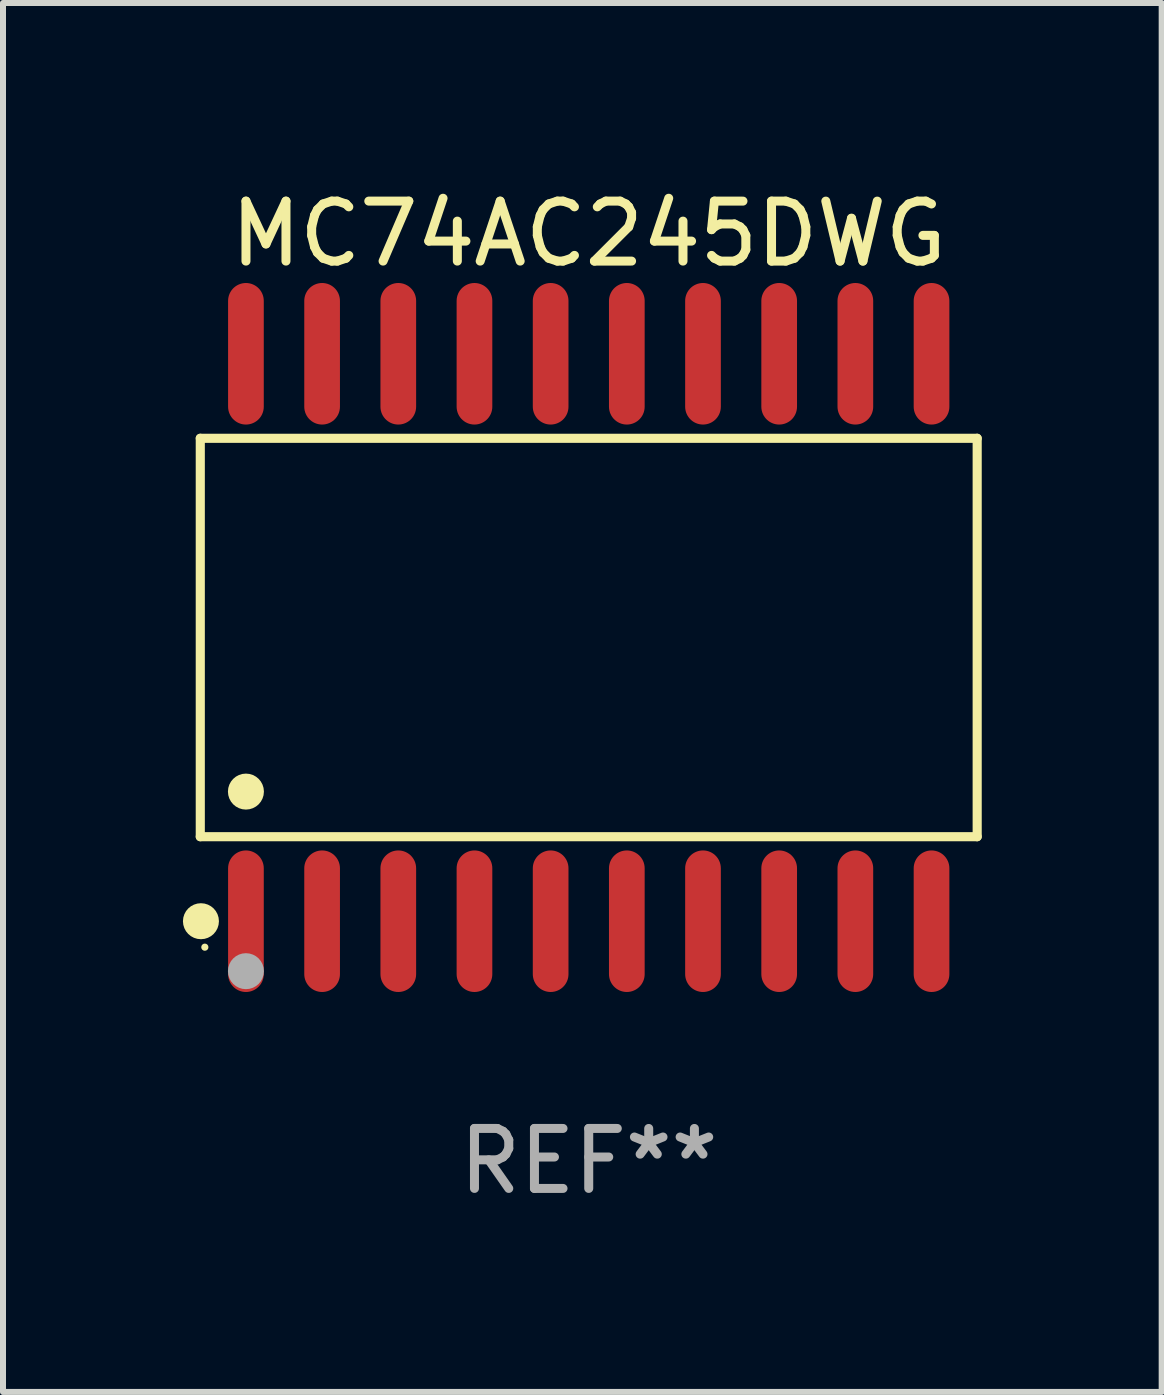
<source format=kicad_pcb>
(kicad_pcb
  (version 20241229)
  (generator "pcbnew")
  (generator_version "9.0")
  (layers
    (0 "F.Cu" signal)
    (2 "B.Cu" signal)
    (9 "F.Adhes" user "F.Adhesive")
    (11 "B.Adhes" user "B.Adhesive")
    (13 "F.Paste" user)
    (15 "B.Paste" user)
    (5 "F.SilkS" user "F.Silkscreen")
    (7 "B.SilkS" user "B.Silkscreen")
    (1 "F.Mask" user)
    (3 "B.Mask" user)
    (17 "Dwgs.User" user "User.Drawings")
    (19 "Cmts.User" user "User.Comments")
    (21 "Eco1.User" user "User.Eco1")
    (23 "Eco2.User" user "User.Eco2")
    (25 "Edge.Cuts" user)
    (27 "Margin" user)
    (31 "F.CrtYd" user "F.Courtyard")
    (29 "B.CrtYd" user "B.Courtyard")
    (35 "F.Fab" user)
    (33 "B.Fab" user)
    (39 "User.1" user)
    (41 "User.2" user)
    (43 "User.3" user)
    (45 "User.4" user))
  (footprint "MC74AC245DWG"
    (layer "F.Cu")
    (at 6.765 7.578)
    (property "Reference" "MC74AC245DWG" (at 0 -6.73 0) (layer "F.SilkS") (effects (font (size 1 1) (thickness 0.15))))
    (attr through_hole)
    (fp_line (start -6.476 -3.321) (end 6.476 -3.321) (stroke (width 0.152) (type solid)) (layer "F.SilkS"))
    (fp_line (start -6.476 3.321) (end -6.476 -3.321) (stroke (width 0.152) (type solid)) (layer "F.SilkS"))
    (fp_line (start 6.476 -3.321) (end 6.476 3.321) (stroke (width 0.152) (type solid)) (layer "F.SilkS"))
    (fp_line (start 6.476 3.321) (end -6.476 3.321) (stroke (width 0.152) (type solid)) (layer "F.SilkS"))
    (fp_circle (center -6.465 4.73) (end -6.315 4.73) (stroke (width 0.3) (type solid)) (fill no) (layer "F.SilkS"))
    (fp_circle (center -6.4 5.163) (end -6.37 5.163) (stroke (width 0.06) (type solid)) (fill no) (layer "F.SilkS"))
    (fp_circle (center -5.715 2.569) (end -5.565 2.569) (stroke (width 0.3) (type solid)) (fill no) (layer "F.SilkS"))
    (fp_circle (center -5.715 5.563) (end -5.565 5.563) (stroke (width 0.3) (type solid)) (fill no) (layer "F.Fab"))
    (fp_text user "REF**" (at 0 8.73 0) (layer "F.Fab") (effects (font (size 1 1) (thickness 0.15))))
    (pad "1" smd oval (at -5.715 4.73) (size 0.595 2.36) (layers "F.Cu" "F.Mask" "F.Paste"))
    (pad "2" smd oval (at -4.445 4.73) (size 0.595 2.36) (layers "F.Cu" "F.Mask" "F.Paste"))
    (pad "3" smd oval (at -3.175 4.73) (size 0.595 2.36) (layers "F.Cu" "F.Mask" "F.Paste"))
    (pad "4" smd oval (at -1.905 4.73) (size 0.595 2.36) (layers "F.Cu" "F.Mask" "F.Paste"))
    (pad "5" smd oval (at -0.635 4.73) (size 0.595 2.36) (layers "F.Cu" "F.Mask" "F.Paste"))
    (pad "6" smd oval (at 0.635 4.73) (size 0.595 2.36) (layers "F.Cu" "F.Mask" "F.Paste"))
    (pad "7" smd oval (at 1.905 4.73) (size 0.595 2.36) (layers "F.Cu" "F.Mask" "F.Paste"))
    (pad "8" smd oval (at 3.175 4.73) (size 0.595 2.36) (layers "F.Cu" "F.Mask" "F.Paste"))
    (pad "9" smd oval (at 4.445 4.73) (size 0.595 2.36) (layers "F.Cu" "F.Mask" "F.Paste"))
    (pad "10" smd oval (at 5.715 4.73) (size 0.595 2.36) (layers "F.Cu" "F.Mask" "F.Paste"))
    (pad "11" smd oval (at 5.715 -4.73) (size 0.595 2.36) (layers "F.Cu" "F.Mask" "F.Paste"))
    (pad "12" smd oval (at 4.445 -4.73) (size 0.595 2.36) (layers "F.Cu" "F.Mask" "F.Paste"))
    (pad "13" smd oval (at 3.175 -4.73) (size 0.595 2.36) (layers "F.Cu" "F.Mask" "F.Paste"))
    (pad "14" smd oval (at 1.905 -4.73) (size 0.595 2.36) (layers "F.Cu" "F.Mask" "F.Paste"))
    (pad "15" smd oval (at 0.635 -4.73) (size 0.595 2.36) (layers "F.Cu" "F.Mask" "F.Paste"))
    (pad "16" smd oval (at -0.635 -4.73) (size 0.595 2.36) (layers "F.Cu" "F.Mask" "F.Paste"))
    (pad "17" smd oval (at -1.905 -4.73) (size 0.595 2.36) (layers "F.Cu" "F.Mask" "F.Paste"))
    (pad "18" smd oval (at -3.175 -4.73) (size 0.595 2.36) (layers "F.Cu" "F.Mask" "F.Paste"))
    (pad "19" smd oval (at -4.445 -4.73) (size 0.595 2.36) (layers "F.Cu" "F.Mask" "F.Paste"))
    (pad "20" smd oval (at -5.715 -4.73) (size 0.595 2.36) (layers "F.Cu" "F.Mask" "F.Paste")))
  (gr_rect
    (start -3 -3)
    (end 16.317 20.156)
    (stroke (width 0.1) (type default))
    (fill no)
    (layer "Edge.Cuts")))
</source>
